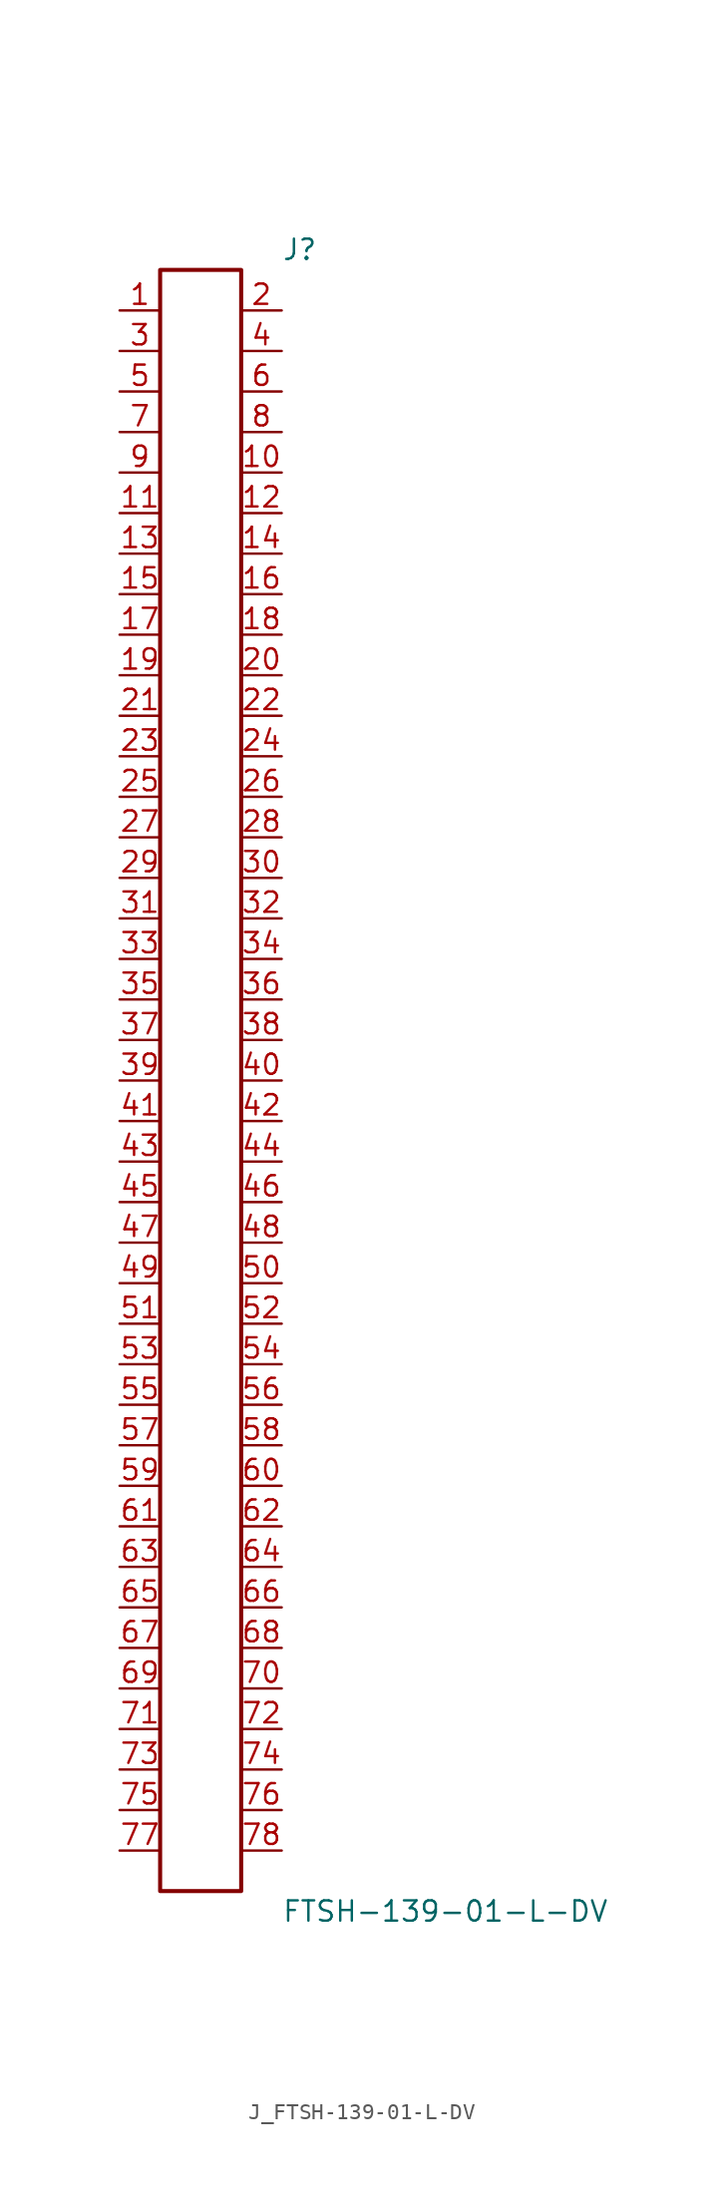
<source format=kicad_sym>
(kicad_symbol_lib
  (version 20231120)
  (generator kicad_symbol_editor)
  (generator_version 8.0)
  (symbol "J_FTSH-139-01-L-DV"
    (pin_names
      (offset 0.254))
    (property "Reference" "J"
      (at 5.08 52.07 0)
      (effects (font (size 1.27 1.27)) (justify left)))
    (property "Value" "FTSH-139-01-L-DV"
      (at 5.08 -52.07 0)
      (effects (font (size 1.27 1.27)) (justify left)))
    (symbol "J_FTSH-139-01-L-DV_0_0"
      (pin passive line (at -5.08 48.26 0) (length 2.54) (name "" (effects (font (size 1.27 1.27)))) (number "1" (effects (font (size 1.27 1.27)))))
      (pin passive line (at 5.08 48.26 180) (length 2.54) (name "" (effects (font (size 1.27 1.27)))) (number "2" (effects (font (size 1.27 1.27)))))
      (pin passive line (at -5.08 45.72 0) (length 2.54) (name "" (effects (font (size 1.27 1.27)))) (number "3" (effects (font (size 1.27 1.27)))))
      (pin passive line (at 5.08 45.72 180) (length 2.54) (name "" (effects (font (size 1.27 1.27)))) (number "4" (effects (font (size 1.27 1.27)))))
      (pin passive line (at -5.08 43.18 0) (length 2.54) (name "" (effects (font (size 1.27 1.27)))) (number "5" (effects (font (size 1.27 1.27)))))
      (pin passive line (at 5.08 43.18 180) (length 2.54) (name "" (effects (font (size 1.27 1.27)))) (number "6" (effects (font (size 1.27 1.27)))))
      (pin passive line (at -5.08 40.64 0) (length 2.54) (name "" (effects (font (size 1.27 1.27)))) (number "7" (effects (font (size 1.27 1.27)))))
      (pin passive line (at 5.08 40.64 180) (length 2.54) (name "" (effects (font (size 1.27 1.27)))) (number "8" (effects (font (size 1.27 1.27)))))
      (pin passive line (at -5.08 38.1 0) (length 2.54) (name "" (effects (font (size 1.27 1.27)))) (number "9" (effects (font (size 1.27 1.27)))))
      (pin passive line (at 5.08 38.1 180) (length 2.54) (name "" (effects (font (size 1.27 1.27)))) (number "10" (effects (font (size 1.27 1.27)))))
      (pin passive line (at -5.08 35.56 0) (length 2.54) (name "" (effects (font (size 1.27 1.27)))) (number "11" (effects (font (size 1.27 1.27)))))
      (pin passive line (at 5.08 35.56 180) (length 2.54) (name "" (effects (font (size 1.27 1.27)))) (number "12" (effects (font (size 1.27 1.27)))))
      (pin passive line (at -5.08 33.02 0) (length 2.54) (name "" (effects (font (size 1.27 1.27)))) (number "13" (effects (font (size 1.27 1.27)))))
      (pin passive line (at 5.08 33.02 180) (length 2.54) (name "" (effects (font (size 1.27 1.27)))) (number "14" (effects (font (size 1.27 1.27)))))
      (pin passive line (at -5.08 30.48 0) (length 2.54) (name "" (effects (font (size 1.27 1.27)))) (number "15" (effects (font (size 1.27 1.27)))))
      (pin passive line (at 5.08 30.48 180) (length 2.54) (name "" (effects (font (size 1.27 1.27)))) (number "16" (effects (font (size 1.27 1.27)))))
      (pin passive line (at -5.08 27.94 0) (length 2.54) (name "" (effects (font (size 1.27 1.27)))) (number "17" (effects (font (size 1.27 1.27)))))
      (pin passive line (at 5.08 27.94 180) (length 2.54) (name "" (effects (font (size 1.27 1.27)))) (number "18" (effects (font (size 1.27 1.27)))))
      (pin passive line (at -5.08 25.4 0) (length 2.54) (name "" (effects (font (size 1.27 1.27)))) (number "19" (effects (font (size 1.27 1.27)))))
      (pin passive line (at 5.08 25.4 180) (length 2.54) (name "" (effects (font (size 1.27 1.27)))) (number "20" (effects (font (size 1.27 1.27)))))
      (pin passive line (at -5.08 22.86 0) (length 2.54) (name "" (effects (font (size 1.27 1.27)))) (number "21" (effects (font (size 1.27 1.27)))))
      (pin passive line (at 5.08 22.86 180) (length 2.54) (name "" (effects (font (size 1.27 1.27)))) (number "22" (effects (font (size 1.27 1.27)))))
      (pin passive line (at -5.08 20.32 0) (length 2.54) (name "" (effects (font (size 1.27 1.27)))) (number "23" (effects (font (size 1.27 1.27)))))
      (pin passive line (at 5.08 20.32 180) (length 2.54) (name "" (effects (font (size 1.27 1.27)))) (number "24" (effects (font (size 1.27 1.27)))))
      (pin passive line (at -5.08 17.78 0) (length 2.54) (name "" (effects (font (size 1.27 1.27)))) (number "25" (effects (font (size 1.27 1.27)))))
      (pin passive line (at 5.08 17.78 180) (length 2.54) (name "" (effects (font (size 1.27 1.27)))) (number "26" (effects (font (size 1.27 1.27)))))
      (pin passive line (at -5.08 15.24 0) (length 2.54) (name "" (effects (font (size 1.27 1.27)))) (number "27" (effects (font (size 1.27 1.27)))))
      (pin passive line (at 5.08 15.24 180) (length 2.54) (name "" (effects (font (size 1.27 1.27)))) (number "28" (effects (font (size 1.27 1.27)))))
      (pin passive line (at -5.08 12.7 0) (length 2.54) (name "" (effects (font (size 1.27 1.27)))) (number "29" (effects (font (size 1.27 1.27)))))
      (pin passive line (at 5.08 12.7 180) (length 2.54) (name "" (effects (font (size 1.27 1.27)))) (number "30" (effects (font (size 1.27 1.27)))))
      (pin passive line (at -5.08 10.16 0) (length 2.54) (name "" (effects (font (size 1.27 1.27)))) (number "31" (effects (font (size 1.27 1.27)))))
      (pin passive line (at 5.08 10.16 180) (length 2.54) (name "" (effects (font (size 1.27 1.27)))) (number "32" (effects (font (size 1.27 1.27)))))
      (pin passive line (at -5.08 7.62 0) (length 2.54) (name "" (effects (font (size 1.27 1.27)))) (number "33" (effects (font (size 1.27 1.27)))))
      (pin passive line (at 5.08 7.62 180) (length 2.54) (name "" (effects (font (size 1.27 1.27)))) (number "34" (effects (font (size 1.27 1.27)))))
      (pin passive line (at -5.08 5.08 0) (length 2.54) (name "" (effects (font (size 1.27 1.27)))) (number "35" (effects (font (size 1.27 1.27)))))
      (pin passive line (at 5.08 5.08 180) (length 2.54) (name "" (effects (font (size 1.27 1.27)))) (number "36" (effects (font (size 1.27 1.27)))))
      (pin passive line (at -5.08 2.54 0) (length 2.54) (name "" (effects (font (size 1.27 1.27)))) (number "37" (effects (font (size 1.27 1.27)))))
      (pin passive line (at 5.08 2.54 180) (length 2.54) (name "" (effects (font (size 1.27 1.27)))) (number "38" (effects (font (size 1.27 1.27)))))
      (pin passive line (at -5.08 0.0 0) (length 2.54) (name "" (effects (font (size 1.27 1.27)))) (number "39" (effects (font (size 1.27 1.27)))))
      (pin passive line (at 5.08 0.0 180) (length 2.54) (name "" (effects (font (size 1.27 1.27)))) (number "40" (effects (font (size 1.27 1.27)))))
      (pin passive line (at -5.08 -2.54 0) (length 2.54) (name "" (effects (font (size 1.27 1.27)))) (number "41" (effects (font (size 1.27 1.27)))))
      (pin passive line (at 5.08 -2.54 180) (length 2.54) (name "" (effects (font (size 1.27 1.27)))) (number "42" (effects (font (size 1.27 1.27)))))
      (pin passive line (at -5.08 -5.08 0) (length 2.54) (name "" (effects (font (size 1.27 1.27)))) (number "43" (effects (font (size 1.27 1.27)))))
      (pin passive line (at 5.08 -5.08 180) (length 2.54) (name "" (effects (font (size 1.27 1.27)))) (number "44" (effects (font (size 1.27 1.27)))))
      (pin passive line (at -5.08 -7.62 0) (length 2.54) (name "" (effects (font (size 1.27 1.27)))) (number "45" (effects (font (size 1.27 1.27)))))
      (pin passive line (at 5.08 -7.62 180) (length 2.54) (name "" (effects (font (size 1.27 1.27)))) (number "46" (effects (font (size 1.27 1.27)))))
      (pin passive line (at -5.08 -10.16 0) (length 2.54) (name "" (effects (font (size 1.27 1.27)))) (number "47" (effects (font (size 1.27 1.27)))))
      (pin passive line (at 5.08 -10.16 180) (length 2.54) (name "" (effects (font (size 1.27 1.27)))) (number "48" (effects (font (size 1.27 1.27)))))
      (pin passive line (at -5.08 -12.7 0) (length 2.54) (name "" (effects (font (size 1.27 1.27)))) (number "49" (effects (font (size 1.27 1.27)))))
      (pin passive line (at 5.08 -12.7 180) (length 2.54) (name "" (effects (font (size 1.27 1.27)))) (number "50" (effects (font (size 1.27 1.27)))))
      (pin passive line (at -5.08 -15.24 0) (length 2.54) (name "" (effects (font (size 1.27 1.27)))) (number "51" (effects (font (size 1.27 1.27)))))
      (pin passive line (at 5.08 -15.24 180) (length 2.54) (name "" (effects (font (size 1.27 1.27)))) (number "52" (effects (font (size 1.27 1.27)))))
      (pin passive line (at -5.08 -17.78 0) (length 2.54) (name "" (effects (font (size 1.27 1.27)))) (number "53" (effects (font (size 1.27 1.27)))))
      (pin passive line (at 5.08 -17.78 180) (length 2.54) (name "" (effects (font (size 1.27 1.27)))) (number "54" (effects (font (size 1.27 1.27)))))
      (pin passive line (at -5.08 -20.32 0) (length 2.54) (name "" (effects (font (size 1.27 1.27)))) (number "55" (effects (font (size 1.27 1.27)))))
      (pin passive line (at 5.08 -20.32 180) (length 2.54) (name "" (effects (font (size 1.27 1.27)))) (number "56" (effects (font (size 1.27 1.27)))))
      (pin passive line (at -5.08 -22.86 0) (length 2.54) (name "" (effects (font (size 1.27 1.27)))) (number "57" (effects (font (size 1.27 1.27)))))
      (pin passive line (at 5.08 -22.86 180) (length 2.54) (name "" (effects (font (size 1.27 1.27)))) (number "58" (effects (font (size 1.27 1.27)))))
      (pin passive line (at -5.08 -25.4 0) (length 2.54) (name "" (effects (font (size 1.27 1.27)))) (number "59" (effects (font (size 1.27 1.27)))))
      (pin passive line (at 5.08 -25.4 180) (length 2.54) (name "" (effects (font (size 1.27 1.27)))) (number "60" (effects (font (size 1.27 1.27)))))
      (pin passive line (at -5.08 -27.94 0) (length 2.54) (name "" (effects (font (size 1.27 1.27)))) (number "61" (effects (font (size 1.27 1.27)))))
      (pin passive line (at 5.08 -27.94 180) (length 2.54) (name "" (effects (font (size 1.27 1.27)))) (number "62" (effects (font (size 1.27 1.27)))))
      (pin passive line (at -5.08 -30.48 0) (length 2.54) (name "" (effects (font (size 1.27 1.27)))) (number "63" (effects (font (size 1.27 1.27)))))
      (pin passive line (at 5.08 -30.48 180) (length 2.54) (name "" (effects (font (size 1.27 1.27)))) (number "64" (effects (font (size 1.27 1.27)))))
      (pin passive line (at -5.08 -33.02 0) (length 2.54) (name "" (effects (font (size 1.27 1.27)))) (number "65" (effects (font (size 1.27 1.27)))))
      (pin passive line (at 5.08 -33.02 180) (length 2.54) (name "" (effects (font (size 1.27 1.27)))) (number "66" (effects (font (size 1.27 1.27)))))
      (pin passive line (at -5.08 -35.56 0) (length 2.54) (name "" (effects (font (size 1.27 1.27)))) (number "67" (effects (font (size 1.27 1.27)))))
      (pin passive line (at 5.08 -35.56 180) (length 2.54) (name "" (effects (font (size 1.27 1.27)))) (number "68" (effects (font (size 1.27 1.27)))))
      (pin passive line (at -5.08 -38.1 0) (length 2.54) (name "" (effects (font (size 1.27 1.27)))) (number "69" (effects (font (size 1.27 1.27)))))
      (pin passive line (at 5.08 -38.1 180) (length 2.54) (name "" (effects (font (size 1.27 1.27)))) (number "70" (effects (font (size 1.27 1.27)))))
      (pin passive line (at -5.08 -40.64 0) (length 2.54) (name "" (effects (font (size 1.27 1.27)))) (number "71" (effects (font (size 1.27 1.27)))))
      (pin passive line (at 5.08 -40.64 180) (length 2.54) (name "" (effects (font (size 1.27 1.27)))) (number "72" (effects (font (size 1.27 1.27)))))
      (pin passive line (at -5.08 -43.18 0) (length 2.54) (name "" (effects (font (size 1.27 1.27)))) (number "73" (effects (font (size 1.27 1.27)))))
      (pin passive line (at 5.08 -43.18 180) (length 2.54) (name "" (effects (font (size 1.27 1.27)))) (number "74" (effects (font (size 1.27 1.27)))))
      (pin passive line (at -5.08 -45.72 0) (length 2.54) (name "" (effects (font (size 1.27 1.27)))) (number "75" (effects (font (size 1.27 1.27)))))
      (pin passive line (at 5.08 -45.72 180) (length 2.54) (name "" (effects (font (size 1.27 1.27)))) (number "76" (effects (font (size 1.27 1.27)))))
      (pin passive line (at -5.08 -48.26 0) (length 2.54) (name "" (effects (font (size 1.27 1.27)))) (number "77" (effects (font (size 1.27 1.27)))))
      (pin passive line (at 5.08 -48.26 180) (length 2.54) (name "" (effects (font (size 1.27 1.27)))) (number "78" (effects (font (size 1.27 1.27))))))
    (symbol "J_FTSH-139-01-L-DV_1_0"
      (rectangle (start -2.54 50.8) (end 2.54 -50.8) (stroke (width 0.254) (type solid)) (fill (type none))))))
</source>
